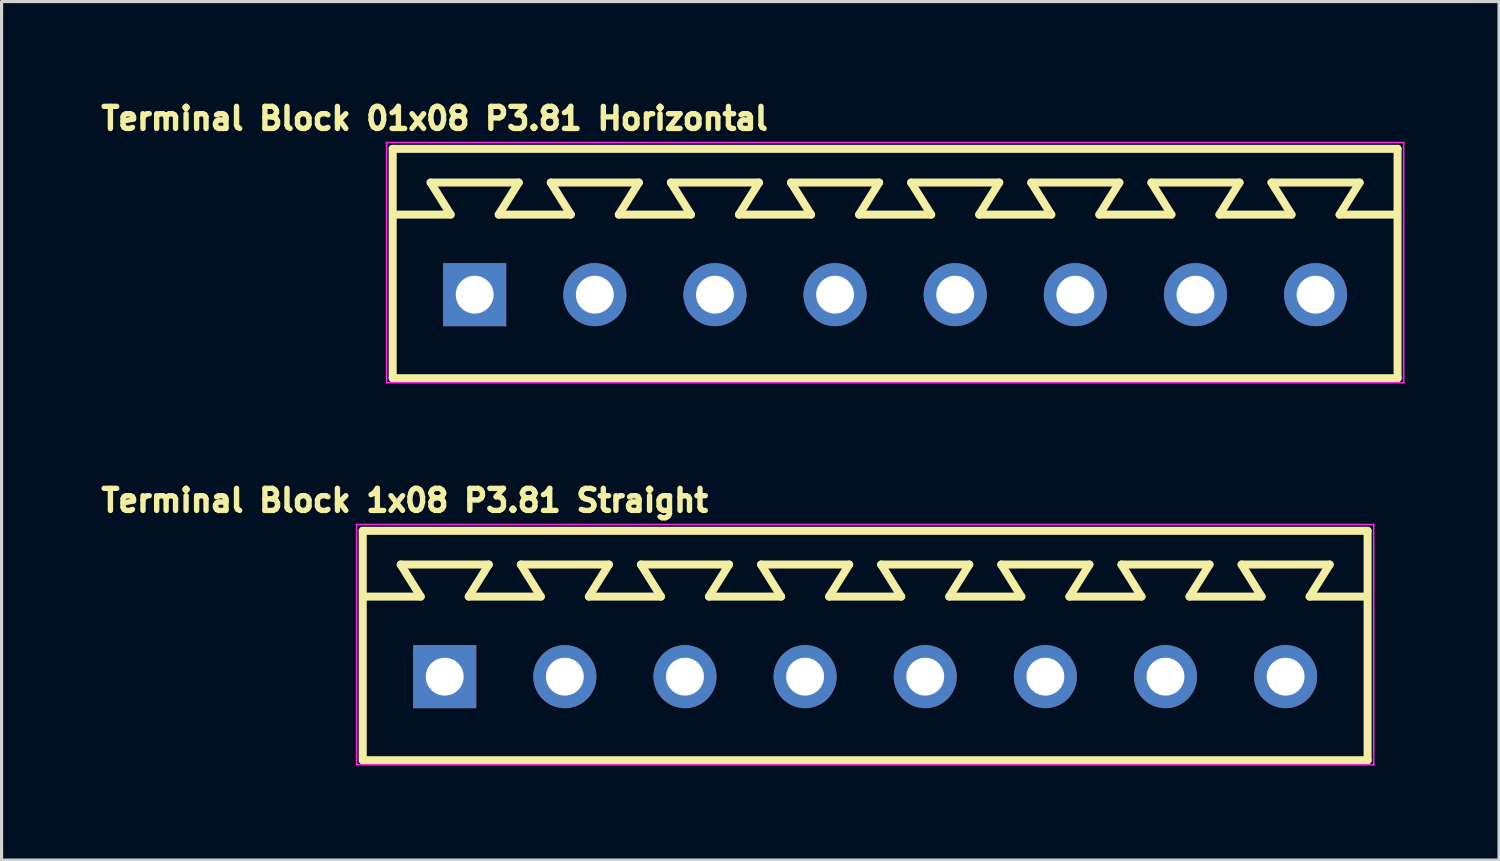
<source format=kicad_pcb>
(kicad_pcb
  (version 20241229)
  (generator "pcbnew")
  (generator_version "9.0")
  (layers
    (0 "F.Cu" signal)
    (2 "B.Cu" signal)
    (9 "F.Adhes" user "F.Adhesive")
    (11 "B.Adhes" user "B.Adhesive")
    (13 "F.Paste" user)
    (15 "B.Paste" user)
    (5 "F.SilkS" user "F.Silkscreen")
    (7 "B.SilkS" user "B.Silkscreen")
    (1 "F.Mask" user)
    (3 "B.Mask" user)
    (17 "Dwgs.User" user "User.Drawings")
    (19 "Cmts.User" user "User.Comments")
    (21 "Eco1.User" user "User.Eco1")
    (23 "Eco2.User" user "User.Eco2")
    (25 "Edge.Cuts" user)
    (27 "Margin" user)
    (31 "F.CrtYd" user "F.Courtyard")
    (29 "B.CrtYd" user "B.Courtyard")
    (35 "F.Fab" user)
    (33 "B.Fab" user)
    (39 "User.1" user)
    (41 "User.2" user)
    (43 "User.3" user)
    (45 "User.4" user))
  (footprint "Terminal Block 01x08 P3.81 Horizontal"
    (layer "F.Cu")
    (at 25.34 6.296)
    (property "Reference" "Terminal Block 01x08 P3.81 Horizontal" (at -14.605 -5.588 180) (layer "F.SilkS") (effects (font (size 0.7 0.7) (thickness 0.17))))
    (attr through_hole)
    (fp_line (start -15.935 -4.625) (end 15.935 -4.625) (stroke (width 0.254) (type solid)) (layer "F.SilkS"))
    (fp_line (start -15.935 2.65) (end -15.935 -4.625) (stroke (width 0.254) (type solid)) (layer "F.SilkS"))
    (fp_line (start -15.935 2.65) (end 15.935 2.65) (stroke (width 0.254) (type solid)) (layer "F.SilkS"))
    (fp_line (start -15.875 -2.54) (end -14.097 -2.54) (stroke (width 0.254) (type solid)) (layer "F.SilkS"))
    (fp_line (start -14.732 -3.556) (end -14.097 -2.54) (stroke (width 0.254) (type solid)) (layer "F.SilkS"))
    (fp_line (start -14.732 -3.556) (end -11.938 -3.556) (stroke (width 0.254) (type solid)) (layer "F.SilkS"))
    (fp_line (start -12.573 -2.54) (end -11.938 -3.556) (stroke (width 0.254) (type solid)) (layer "F.SilkS"))
    (fp_line (start -12.573 -2.54) (end -10.287 -2.54) (stroke (width 0.254) (type solid)) (layer "F.SilkS"))
    (fp_line (start -10.922 -3.556) (end -10.287 -2.54) (stroke (width 0.254) (type solid)) (layer "F.SilkS"))
    (fp_line (start -10.922 -3.556) (end -8.128 -3.556) (stroke (width 0.254) (type solid)) (layer "F.SilkS"))
    (fp_line (start -8.763 -2.54) (end -8.128 -3.556) (stroke (width 0.254) (type solid)) (layer "F.SilkS"))
    (fp_line (start -8.763 -2.54) (end -6.477 -2.54) (stroke (width 0.254) (type solid)) (layer "F.SilkS"))
    (fp_line (start -7.112 -3.556) (end -6.477 -2.54) (stroke (width 0.254) (type solid)) (layer "F.SilkS"))
    (fp_line (start -7.112 -3.556) (end -4.318 -3.556) (stroke (width 0.254) (type solid)) (layer "F.SilkS"))
    (fp_line (start -4.953 -2.54) (end -4.318 -3.556) (stroke (width 0.254) (type solid)) (layer "F.SilkS"))
    (fp_line (start -4.953 -2.54) (end -2.667 -2.54) (stroke (width 0.254) (type solid)) (layer "F.SilkS"))
    (fp_line (start -3.302 -3.556) (end -2.667 -2.54) (stroke (width 0.254) (type solid)) (layer "F.SilkS"))
    (fp_line (start -3.302 -3.556) (end -0.508 -3.556) (stroke (width 0.254) (type solid)) (layer "F.SilkS"))
    (fp_line (start -1.143 -2.54) (end -0.508 -3.556) (stroke (width 0.254) (type solid)) (layer "F.SilkS"))
    (fp_line (start -1.143 -2.54) (end 1.143 -2.54) (stroke (width 0.254) (type solid)) (layer "F.SilkS"))
    (fp_line (start 0.508 -3.556) (end 1.143 -2.54) (stroke (width 0.254) (type solid)) (layer "F.SilkS"))
    (fp_line (start 0.508 -3.556) (end 3.302 -3.556) (stroke (width 0.254) (type solid)) (layer "F.SilkS"))
    (fp_line (start 2.667 -2.54) (end 3.302 -3.556) (stroke (width 0.254) (type solid)) (layer "F.SilkS"))
    (fp_line (start 2.667 -2.54) (end 4.953 -2.54) (stroke (width 0.254) (type solid)) (layer "F.SilkS"))
    (fp_line (start 4.318 -3.556) (end 4.953 -2.54) (stroke (width 0.254) (type solid)) (layer "F.SilkS"))
    (fp_line (start 4.318 -3.556) (end 7.112 -3.556) (stroke (width 0.254) (type solid)) (layer "F.SilkS"))
    (fp_line (start 6.477 -2.54) (end 7.112 -3.556) (stroke (width 0.254) (type solid)) (layer "F.SilkS"))
    (fp_line (start 6.477 -2.54) (end 8.763 -2.54) (stroke (width 0.254) (type solid)) (layer "F.SilkS"))
    (fp_line (start 8.128 -3.556) (end 8.763 -2.54) (stroke (width 0.254) (type solid)) (layer "F.SilkS"))
    (fp_line (start 8.128 -3.556) (end 10.922 -3.556) (stroke (width 0.254) (type solid)) (layer "F.SilkS"))
    (fp_line (start 10.287 -2.54) (end 10.922 -3.556) (stroke (width 0.254) (type solid)) (layer "F.SilkS"))
    (fp_line (start 10.287 -2.54) (end 12.573 -2.54) (stroke (width 0.254) (type solid)) (layer "F.SilkS"))
    (fp_line (start 11.938 -3.556) (end 12.573 -2.54) (stroke (width 0.254) (type solid)) (layer "F.SilkS"))
    (fp_line (start 11.938 -3.556) (end 14.732 -3.556) (stroke (width 0.254) (type solid)) (layer "F.SilkS"))
    (fp_line (start 14.097 -2.54) (end 14.732 -3.556) (stroke (width 0.254) (type solid)) (layer "F.SilkS"))
    (fp_line (start 14.097 -2.54) (end 15.875 -2.54) (stroke (width 0.254) (type solid)) (layer "F.SilkS"))
    (fp_line (start 15.935 -4.625) (end 15.935 2.65) (stroke (width 0.254) (type solid)) (layer "F.SilkS"))
    (fp_line (start -1.27 0) (end 1.27 0) (stroke (width 0.254) (type solid)) (layer "Eco1.User"))
    (fp_line (start 0 1.27) (end 0 -1.27) (stroke (width 0.254) (type solid)) (layer "Eco1.User"))
    (fp_line (start -16.129 -4.826) (end -16.129 2.794) (stroke (width 0.05) (type solid)) (layer "F.CrtYd"))
    (fp_line (start 16.129 -4.826) (end -16.129 -4.826) (stroke (width 0.05) (type solid)) (layer "F.CrtYd"))
    (fp_line (start 16.129 -4.826) (end 16.129 2.794) (stroke (width 0.05) (type solid)) (layer "F.CrtYd"))
    (fp_line (start 16.129 2.794) (end -16.129 2.794) (stroke (width 0.05) (type solid)) (layer "F.CrtYd"))
    (pad "1" thru_hole rect (at -13.335 0 90) (size 2 2) (drill 1.2) (layers "*.Cu" "*.Mask"))
    (pad "2" thru_hole oval (at -9.525 0 90) (size 2 2) (drill 1.2) (layers "*.Cu" "*.Mask"))
    (pad "3" thru_hole oval (at -5.715 0 90) (size 2 2) (drill 1.2) (layers "*.Cu" "*.Mask"))
    (pad "4" thru_hole oval (at -1.905 0 90) (size 2 2) (drill 1.2) (layers "*.Cu" "*.Mask"))
    (pad "5" thru_hole oval (at 1.905 0 90) (size 2 2) (drill 1.2) (layers "*.Cu" "*.Mask"))
    (pad "6" thru_hole oval (at 5.715 0 90) (size 2 2) (drill 1.2) (layers "*.Cu" "*.Mask"))
    (pad "7" thru_hole oval (at 9.525 0 90) (size 2 2) (drill 1.2) (layers "*.Cu" "*.Mask"))
    (pad "8" thru_hole oval (at 13.335 0 90) (size 2 2) (drill 1.2) (layers "*.Cu" "*.Mask")))
  (footprint "Terminal Block 1x08 P3.81 Straight"
    (layer "F.Cu")
    (at 24.39 18.411)
    (property "Reference" "Terminal Block 1x08 P3.81 Straight" (at -14.605 -5.588 180) (layer "F.SilkS") (effects (font (size 0.7 0.7) (thickness 0.17))))
    (attr through_hole)
    (fp_line (start -15.935 -4.625) (end 15.935 -4.625) (stroke (width 0.254) (type solid)) (layer "F.SilkS"))
    (fp_line (start -15.935 2.65) (end -15.935 -4.625) (stroke (width 0.254) (type solid)) (layer "F.SilkS"))
    (fp_line (start -15.935 2.65) (end 15.935 2.65) (stroke (width 0.254) (type solid)) (layer "F.SilkS"))
    (fp_line (start -15.875 -2.54) (end -14.097 -2.54) (stroke (width 0.254) (type solid)) (layer "F.SilkS"))
    (fp_line (start -14.732 -3.556) (end -14.097 -2.54) (stroke (width 0.254) (type solid)) (layer "F.SilkS"))
    (fp_line (start -14.732 -3.556) (end -11.938 -3.556) (stroke (width 0.254) (type solid)) (layer "F.SilkS"))
    (fp_line (start -12.573 -2.54) (end -11.938 -3.556) (stroke (width 0.254) (type solid)) (layer "F.SilkS"))
    (fp_line (start -12.573 -2.54) (end -10.287 -2.54) (stroke (width 0.254) (type solid)) (layer "F.SilkS"))
    (fp_line (start -10.922 -3.556) (end -10.287 -2.54) (stroke (width 0.254) (type solid)) (layer "F.SilkS"))
    (fp_line (start -10.922 -3.556) (end -8.128 -3.556) (stroke (width 0.254) (type solid)) (layer "F.SilkS"))
    (fp_line (start -8.763 -2.54) (end -8.128 -3.556) (stroke (width 0.254) (type solid)) (layer "F.SilkS"))
    (fp_line (start -8.763 -2.54) (end -6.477 -2.54) (stroke (width 0.254) (type solid)) (layer "F.SilkS"))
    (fp_line (start -7.112 -3.556) (end -6.477 -2.54) (stroke (width 0.254) (type solid)) (layer "F.SilkS"))
    (fp_line (start -7.112 -3.556) (end -4.318 -3.556) (stroke (width 0.254) (type solid)) (layer "F.SilkS"))
    (fp_line (start -4.953 -2.54) (end -4.318 -3.556) (stroke (width 0.254) (type solid)) (layer "F.SilkS"))
    (fp_line (start -4.953 -2.54) (end -2.667 -2.54) (stroke (width 0.254) (type solid)) (layer "F.SilkS"))
    (fp_line (start -3.302 -3.556) (end -2.667 -2.54) (stroke (width 0.254) (type solid)) (layer "F.SilkS"))
    (fp_line (start -3.302 -3.556) (end -0.508 -3.556) (stroke (width 0.254) (type solid)) (layer "F.SilkS"))
    (fp_line (start -1.143 -2.54) (end -0.508 -3.556) (stroke (width 0.254) (type solid)) (layer "F.SilkS"))
    (fp_line (start -1.143 -2.54) (end 1.143 -2.54) (stroke (width 0.254) (type solid)) (layer "F.SilkS"))
    (fp_line (start 0.508 -3.556) (end 1.143 -2.54) (stroke (width 0.254) (type solid)) (layer "F.SilkS"))
    (fp_line (start 0.508 -3.556) (end 3.302 -3.556) (stroke (width 0.254) (type solid)) (layer "F.SilkS"))
    (fp_line (start 2.667 -2.54) (end 3.302 -3.556) (stroke (width 0.254) (type solid)) (layer "F.SilkS"))
    (fp_line (start 2.667 -2.54) (end 4.953 -2.54) (stroke (width 0.254) (type solid)) (layer "F.SilkS"))
    (fp_line (start 4.318 -3.556) (end 4.953 -2.54) (stroke (width 0.254) (type solid)) (layer "F.SilkS"))
    (fp_line (start 4.318 -3.556) (end 7.112 -3.556) (stroke (width 0.254) (type solid)) (layer "F.SilkS"))
    (fp_line (start 6.477 -2.54) (end 7.112 -3.556) (stroke (width 0.254) (type solid)) (layer "F.SilkS"))
    (fp_line (start 6.477 -2.54) (end 8.763 -2.54) (stroke (width 0.254) (type solid)) (layer "F.SilkS"))
    (fp_line (start 8.128 -3.556) (end 8.763 -2.54) (stroke (width 0.254) (type solid)) (layer "F.SilkS"))
    (fp_line (start 8.128 -3.556) (end 10.922 -3.556) (stroke (width 0.254) (type solid)) (layer "F.SilkS"))
    (fp_line (start 10.287 -2.54) (end 10.922 -3.556) (stroke (width 0.254) (type solid)) (layer "F.SilkS"))
    (fp_line (start 10.287 -2.54) (end 12.573 -2.54) (stroke (width 0.254) (type solid)) (layer "F.SilkS"))
    (fp_line (start 11.938 -3.556) (end 12.573 -2.54) (stroke (width 0.254) (type solid)) (layer "F.SilkS"))
    (fp_line (start 11.938 -3.556) (end 14.732 -3.556) (stroke (width 0.254) (type solid)) (layer "F.SilkS"))
    (fp_line (start 14.097 -2.54) (end 14.732 -3.556) (stroke (width 0.254) (type solid)) (layer "F.SilkS"))
    (fp_line (start 14.097 -2.54) (end 15.875 -2.54) (stroke (width 0.254) (type solid)) (layer "F.SilkS"))
    (fp_line (start 15.935 -4.625) (end 15.935 2.65) (stroke (width 0.254) (type solid)) (layer "F.SilkS"))
    (fp_line (start -1.27 0) (end 1.27 0) (stroke (width 0.254) (type solid)) (layer "Eco1.User"))
    (fp_line (start 0 1.27) (end 0 -1.27) (stroke (width 0.254) (type solid)) (layer "Eco1.User"))
    (fp_line (start -16.129 -4.826) (end -16.129 2.794) (stroke (width 0.05) (type solid)) (layer "F.CrtYd"))
    (fp_line (start 16.129 -4.826) (end -16.129 -4.826) (stroke (width 0.05) (type solid)) (layer "F.CrtYd"))
    (fp_line (start 16.129 -4.826) (end 16.129 2.794) (stroke (width 0.05) (type solid)) (layer "F.CrtYd"))
    (fp_line (start 16.129 2.794) (end -16.129 2.794) (stroke (width 0.05) (type solid)) (layer "F.CrtYd"))
    (pad "1" thru_hole rect (at -13.335 0 90) (size 2 2) (drill 1.2) (layers "*.Cu" "*.Mask"))
    (pad "2" thru_hole oval (at -9.525 0 90) (size 2 2) (drill 1.2) (layers "*.Cu" "*.Mask"))
    (pad "3" thru_hole oval (at -5.715 0 90) (size 2 2) (drill 1.2) (layers "*.Cu" "*.Mask"))
    (pad "4" thru_hole oval (at -1.905 0 90) (size 2 2) (drill 1.2) (layers "*.Cu" "*.Mask"))
    (pad "5" thru_hole oval (at 1.905 0 90) (size 2 2) (drill 1.2) (layers "*.Cu" "*.Mask"))
    (pad "6" thru_hole oval (at 5.715 0 90) (size 2 2) (drill 1.2) (layers "*.Cu" "*.Mask"))
    (pad "7" thru_hole oval (at 9.525 0 90) (size 2 2) (drill 1.2) (layers "*.Cu" "*.Mask"))
    (pad "8" thru_hole oval (at 13.335 0 90) (size 2 2) (drill 1.2) (layers "*.Cu" "*.Mask")))
  (gr_rect
    (start -3 -3)
    (end 44.494 24.23)
    (stroke (width 0.1) (type default))
    (fill no)
    (layer "Edge.Cuts")))
</source>
